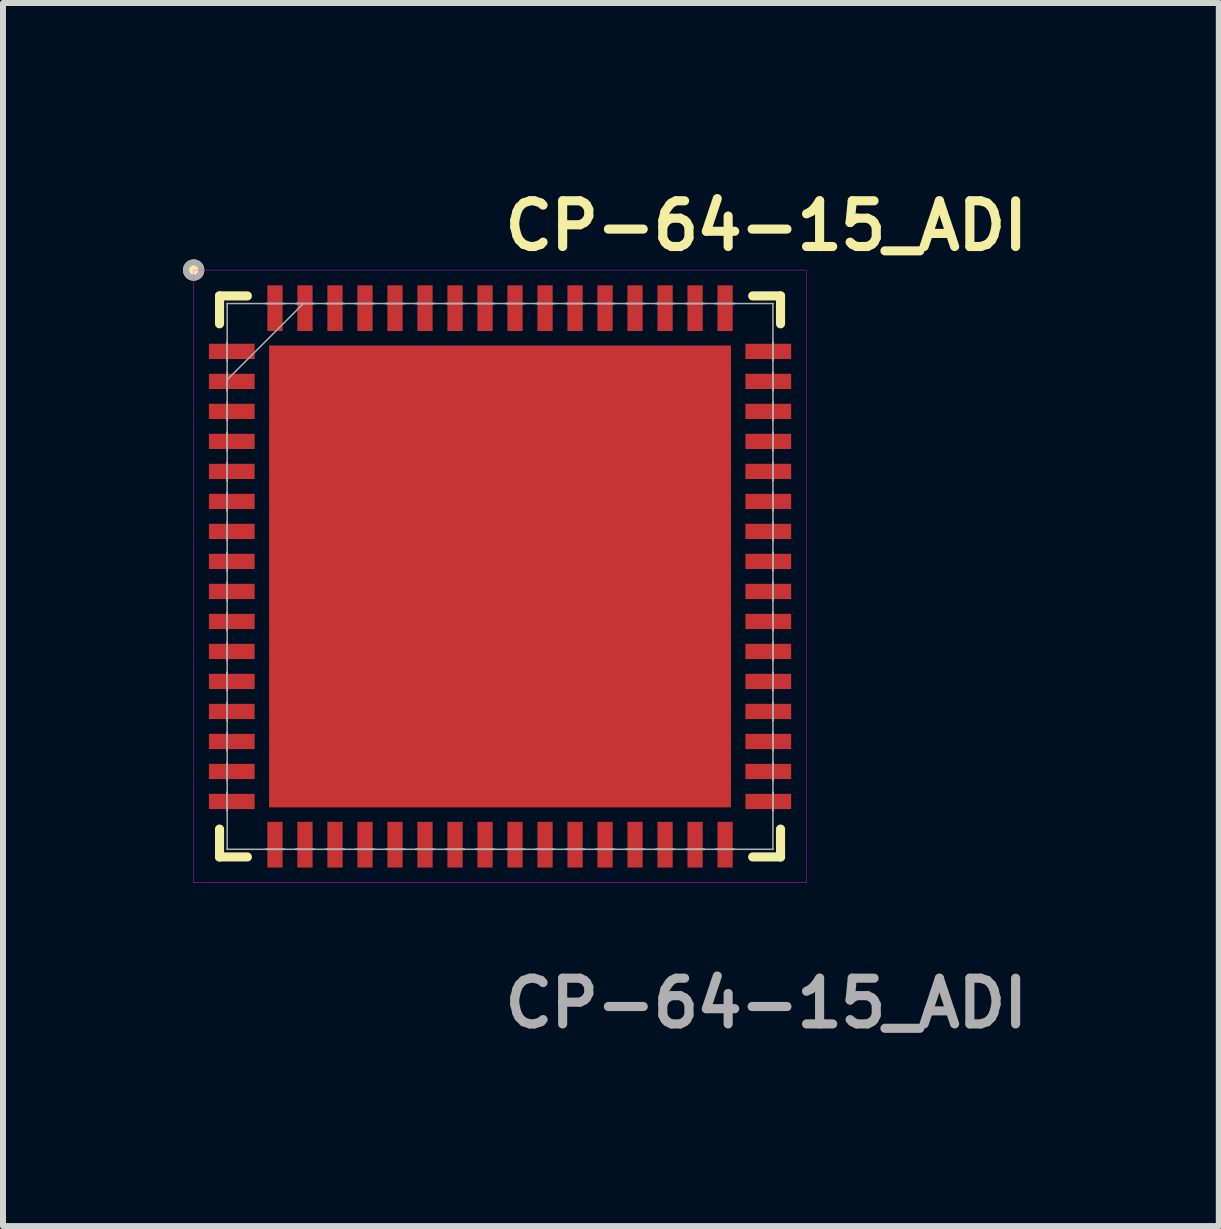
<source format=kicad_pcb>
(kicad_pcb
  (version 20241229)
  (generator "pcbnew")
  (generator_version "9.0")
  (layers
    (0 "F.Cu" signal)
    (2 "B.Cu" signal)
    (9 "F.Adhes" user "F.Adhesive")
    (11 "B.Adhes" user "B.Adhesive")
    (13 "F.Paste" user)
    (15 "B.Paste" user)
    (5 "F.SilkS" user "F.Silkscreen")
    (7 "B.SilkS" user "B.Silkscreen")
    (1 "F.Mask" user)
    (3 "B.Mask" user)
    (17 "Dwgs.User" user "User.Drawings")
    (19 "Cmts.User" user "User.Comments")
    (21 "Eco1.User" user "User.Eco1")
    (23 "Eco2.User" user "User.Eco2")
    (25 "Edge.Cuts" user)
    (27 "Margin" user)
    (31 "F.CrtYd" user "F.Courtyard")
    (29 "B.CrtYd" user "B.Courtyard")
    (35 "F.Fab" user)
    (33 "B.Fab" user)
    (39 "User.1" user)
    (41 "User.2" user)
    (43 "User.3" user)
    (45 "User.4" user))
  (footprint "CP-64-15_ADI"
    (layer "F.Cu")
    (at 5.282 6.555)
    (property "Reference" "CP-64-15_ADI" (at 0 -5.842 0) (unlocked yes) (layer "F.SilkS") (effects (font (size 0.762 0.762) (thickness 0.152) (bold yes)) (justify left)))
    (attr smd)
    (fp_line (start -4.674 -4.674) (end -4.674 -4.21) (stroke (width 0.152) (type solid)) (layer "F.SilkS"))
    (fp_line (start -4.674 4.21) (end -4.674 4.674) (stroke (width 0.152) (type solid)) (layer "F.SilkS"))
    (fp_line (start -4.674 4.674) (end -4.21 4.674) (stroke (width 0.152) (type solid)) (layer "F.SilkS"))
    (fp_line (start -4.21 -4.674) (end -4.674 -4.674) (stroke (width 0.152) (type solid)) (layer "F.SilkS"))
    (fp_line (start 4.21 4.674) (end 4.674 4.674) (stroke (width 0.152) (type solid)) (layer "F.SilkS"))
    (fp_line (start 4.674 -4.674) (end 4.21 -4.674) (stroke (width 0.152) (type solid)) (layer "F.SilkS"))
    (fp_line (start 4.674 -4.21) (end 4.674 -4.674) (stroke (width 0.152) (type solid)) (layer "F.SilkS"))
    (fp_line (start 4.674 4.674) (end 4.674 4.21) (stroke (width 0.152) (type solid)) (layer "F.SilkS"))
    (fp_circle (center -5.105 -5.105) (end -4.978 -5.105) (stroke (width 0.1) (type solid)) (fill yes) (layer "F.SilkS"))
    (fp_poly (pts (xy -3.748 -3.748) (xy -3.748 -2.665) (xy -2.665 -2.665) (xy -2.665 -3.748)) (stroke (width 0) (type solid)) (fill yes) (layer "F.Paste"))
    (fp_poly (pts (xy -3.748 -2.465) (xy -3.748 -1.383) (xy -2.665 -1.383) (xy -2.665 -2.465)) (stroke (width 0) (type solid)) (fill yes) (layer "F.Paste"))
    (fp_poly (pts (xy -3.748 -1.183) (xy -3.748 -0.1) (xy -2.665 -0.1) (xy -2.665 -1.183)) (stroke (width 0) (type solid)) (fill yes) (layer "F.Paste"))
    (fp_poly (pts (xy -3.748 0.1) (xy -3.748 1.183) (xy -2.665 1.183) (xy -2.665 0.1)) (stroke (width 0) (type solid)) (fill yes) (layer "F.Paste"))
    (fp_poly (pts (xy -3.748 1.383) (xy -3.748 2.465) (xy -2.665 2.465) (xy -2.665 1.383)) (stroke (width 0) (type solid)) (fill yes) (layer "F.Paste"))
    (fp_poly (pts (xy -3.748 2.665) (xy -3.748 3.748) (xy -2.665 3.748) (xy -2.665 2.665)) (stroke (width 0) (type solid)) (fill yes) (layer "F.Paste"))
    (fp_poly (pts (xy -2.465 -3.748) (xy -2.465 -2.665) (xy -1.383 -2.665) (xy -1.383 -3.748)) (stroke (width 0) (type solid)) (fill yes) (layer "F.Paste"))
    (fp_poly (pts (xy -2.465 -2.465) (xy -2.465 -1.383) (xy -1.383 -1.383) (xy -1.383 -2.465)) (stroke (width 0) (type solid)) (fill yes) (layer "F.Paste"))
    (fp_poly (pts (xy -2.465 -1.183) (xy -2.465 -0.1) (xy -1.383 -0.1) (xy -1.383 -1.183)) (stroke (width 0) (type solid)) (fill yes) (layer "F.Paste"))
    (fp_poly (pts (xy -2.465 0.1) (xy -2.465 1.183) (xy -1.383 1.183) (xy -1.383 0.1)) (stroke (width 0) (type solid)) (fill yes) (layer "F.Paste"))
    (fp_poly (pts (xy -2.465 1.383) (xy -2.465 2.465) (xy -1.383 2.465) (xy -1.383 1.383)) (stroke (width 0) (type solid)) (fill yes) (layer "F.Paste"))
    (fp_poly (pts (xy -2.465 2.665) (xy -2.465 3.748) (xy -1.383 3.748) (xy -1.383 2.665)) (stroke (width 0) (type solid)) (fill yes) (layer "F.Paste"))
    (fp_poly (pts (xy -1.183 -3.748) (xy -1.183 -2.665) (xy -0.1 -2.665) (xy -0.1 -3.748)) (stroke (width 0) (type solid)) (fill yes) (layer "F.Paste"))
    (fp_poly (pts (xy -1.183 -2.465) (xy -1.183 -1.383) (xy -0.1 -1.383) (xy -0.1 -2.465)) (stroke (width 0) (type solid)) (fill yes) (layer "F.Paste"))
    (fp_poly (pts (xy -1.183 -1.183) (xy -1.183 -0.1) (xy -0.1 -0.1) (xy -0.1 -1.183)) (stroke (width 0) (type solid)) (fill yes) (layer "F.Paste"))
    (fp_poly (pts (xy -1.183 0.1) (xy -1.183 1.183) (xy -0.1 1.183) (xy -0.1 0.1)) (stroke (width 0) (type solid)) (fill yes) (layer "F.Paste"))
    (fp_poly (pts (xy -1.183 1.383) (xy -1.183 2.465) (xy -0.1 2.465) (xy -0.1 1.383)) (stroke (width 0) (type solid)) (fill yes) (layer "F.Paste"))
    (fp_poly (pts (xy -1.183 2.665) (xy -1.183 3.748) (xy -0.1 3.748) (xy -0.1 2.665)) (stroke (width 0) (type solid)) (fill yes) (layer "F.Paste"))
    (fp_poly (pts (xy 0.1 -3.748) (xy 0.1 -2.665) (xy 1.183 -2.665) (xy 1.183 -3.748)) (stroke (width 0) (type solid)) (fill yes) (layer "F.Paste"))
    (fp_poly (pts (xy 0.1 -2.465) (xy 0.1 -1.383) (xy 1.183 -1.383) (xy 1.183 -2.465)) (stroke (width 0) (type solid)) (fill yes) (layer "F.Paste"))
    (fp_poly (pts (xy 0.1 -1.183) (xy 0.1 -0.1) (xy 1.183 -0.1) (xy 1.183 -1.183)) (stroke (width 0) (type solid)) (fill yes) (layer "F.Paste"))
    (fp_poly (pts (xy 0.1 0.1) (xy 0.1 1.183) (xy 1.183 1.183) (xy 1.183 0.1)) (stroke (width 0) (type solid)) (fill yes) (layer "F.Paste"))
    (fp_poly (pts (xy 0.1 1.383) (xy 0.1 2.465) (xy 1.183 2.465) (xy 1.183 1.383)) (stroke (width 0) (type solid)) (fill yes) (layer "F.Paste"))
    (fp_poly (pts (xy 0.1 2.665) (xy 0.1 3.748) (xy 1.183 3.748) (xy 1.183 2.665)) (stroke (width 0) (type solid)) (fill yes) (layer "F.Paste"))
    (fp_poly (pts (xy 1.383 -3.748) (xy 1.383 -2.665) (xy 2.465 -2.665) (xy 2.465 -3.748)) (stroke (width 0) (type solid)) (fill yes) (layer "F.Paste"))
    (fp_poly (pts (xy 1.383 -2.465) (xy 1.383 -1.383) (xy 2.465 -1.383) (xy 2.465 -2.465)) (stroke (width 0) (type solid)) (fill yes) (layer "F.Paste"))
    (fp_poly (pts (xy 1.383 -1.183) (xy 1.383 -0.1) (xy 2.465 -0.1) (xy 2.465 -1.183)) (stroke (width 0) (type solid)) (fill yes) (layer "F.Paste"))
    (fp_poly (pts (xy 1.383 0.1) (xy 1.383 1.183) (xy 2.465 1.183) (xy 2.465 0.1)) (stroke (width 0) (type solid)) (fill yes) (layer "F.Paste"))
    (fp_poly (pts (xy 1.383 1.383) (xy 1.383 2.465) (xy 2.465 2.465) (xy 2.465 1.383)) (stroke (width 0) (type solid)) (fill yes) (layer "F.Paste"))
    (fp_poly (pts (xy 1.383 2.665) (xy 1.383 3.748) (xy 2.465 3.748) (xy 2.465 2.665)) (stroke (width 0) (type solid)) (fill yes) (layer "F.Paste"))
    (fp_poly (pts (xy 2.665 -3.748) (xy 2.665 -2.665) (xy 3.748 -2.665) (xy 3.748 -3.748)) (stroke (width 0) (type solid)) (fill yes) (layer "F.Paste"))
    (fp_poly (pts (xy 2.665 -2.465) (xy 2.665 -1.383) (xy 3.748 -1.383) (xy 3.748 -2.465)) (stroke (width 0) (type solid)) (fill yes) (layer "F.Paste"))
    (fp_poly (pts (xy 2.665 -1.183) (xy 2.665 -0.1) (xy 3.748 -0.1) (xy 3.748 -1.183)) (stroke (width 0) (type solid)) (fill yes) (layer "F.Paste"))
    (fp_poly (pts (xy 2.665 0.1) (xy 2.665 1.183) (xy 3.748 1.183) (xy 3.748 0.1)) (stroke (width 0) (type solid)) (fill yes) (layer "F.Paste"))
    (fp_poly (pts (xy 2.665 1.383) (xy 2.665 2.465) (xy 3.748 2.465) (xy 3.748 1.383)) (stroke (width 0) (type solid)) (fill yes) (layer "F.Paste"))
    (fp_poly (pts (xy 2.665 2.665) (xy 2.665 3.748) (xy 3.748 3.748) (xy 3.748 2.665)) (stroke (width 0) (type solid)) (fill yes) (layer "F.Paste"))
    (fp_rect (start -5.105 -5.105) (end 5.105 5.105) (stroke (width 0.006) (type default)) (fill no) (layer "F.CrtYd"))
    (fp_line (start -4.547 -4.547) (end -4.547 -4.547) (stroke (width 0.025) (type solid)) (layer "F.Fab"))
    (fp_line (start -4.547 -4.547) (end -4.547 4.547) (stroke (width 0.025) (type solid)) (layer "F.Fab"))
    (fp_line (start -4.547 -3.902) (end -4.547 -3.902) (stroke (width 0.025) (type solid)) (layer "F.Fab"))
    (fp_line (start -4.547 -3.902) (end -4.547 -3.598) (stroke (width 0.025) (type solid)) (layer "F.Fab"))
    (fp_line (start -4.547 -3.598) (end -4.547 -3.902) (stroke (width 0.025) (type solid)) (layer "F.Fab"))
    (fp_line (start -4.547 -3.598) (end -4.547 -3.598) (stroke (width 0.025) (type solid)) (layer "F.Fab"))
    (fp_line (start -4.547 -3.402) (end -4.547 -3.402) (stroke (width 0.025) (type solid)) (layer "F.Fab"))
    (fp_line (start -4.547 -3.402) (end -4.547 -3.098) (stroke (width 0.025) (type solid)) (layer "F.Fab"))
    (fp_line (start -4.547 -3.277) (end -3.277 -4.547) (stroke (width 0.025) (type solid)) (layer "F.Fab"))
    (fp_line (start -4.547 -3.098) (end -4.547 -3.402) (stroke (width 0.025) (type solid)) (layer "F.Fab"))
    (fp_line (start -4.547 -3.098) (end -4.547 -3.098) (stroke (width 0.025) (type solid)) (layer "F.Fab"))
    (fp_line (start -4.547 -2.902) (end -4.547 -2.902) (stroke (width 0.025) (type solid)) (layer "F.Fab"))
    (fp_line (start -4.547 -2.902) (end -4.547 -2.598) (stroke (width 0.025) (type solid)) (layer "F.Fab"))
    (fp_line (start -4.547 -2.598) (end -4.547 -2.902) (stroke (width 0.025) (type solid)) (layer "F.Fab"))
    (fp_line (start -4.547 -2.598) (end -4.547 -2.598) (stroke (width 0.025) (type solid)) (layer "F.Fab"))
    (fp_line (start -4.547 -2.402) (end -4.547 -2.402) (stroke (width 0.025) (type solid)) (layer "F.Fab"))
    (fp_line (start -4.547 -2.402) (end -4.547 -2.098) (stroke (width 0.025) (type solid)) (layer "F.Fab"))
    (fp_line (start -4.547 -2.098) (end -4.547 -2.402) (stroke (width 0.025) (type solid)) (layer "F.Fab"))
    (fp_line (start -4.547 -2.098) (end -4.547 -2.098) (stroke (width 0.025) (type solid)) (layer "F.Fab"))
    (fp_line (start -4.547 -1.902) (end -4.547 -1.902) (stroke (width 0.025) (type solid)) (layer "F.Fab"))
    (fp_line (start -4.547 -1.902) (end -4.547 -1.598) (stroke (width 0.025) (type solid)) (layer "F.Fab"))
    (fp_line (start -4.547 -1.598) (end -4.547 -1.902) (stroke (width 0.025) (type solid)) (layer "F.Fab"))
    (fp_line (start -4.547 -1.598) (end -4.547 -1.598) (stroke (width 0.025) (type solid)) (layer "F.Fab"))
    (fp_line (start -4.547 -1.402) (end -4.547 -1.402) (stroke (width 0.025) (type solid)) (layer "F.Fab"))
    (fp_line (start -4.547 -1.402) (end -4.547 -1.098) (stroke (width 0.025) (type solid)) (layer "F.Fab"))
    (fp_line (start -4.547 -1.098) (end -4.547 -1.402) (stroke (width 0.025) (type solid)) (layer "F.Fab"))
    (fp_line (start -4.547 -1.098) (end -4.547 -1.098) (stroke (width 0.025) (type solid)) (layer "F.Fab"))
    (fp_line (start -4.547 -0.902) (end -4.547 -0.902) (stroke (width 0.025) (type solid)) (layer "F.Fab"))
    (fp_line (start -4.547 -0.902) (end -4.547 -0.598) (stroke (width 0.025) (type solid)) (layer "F.Fab"))
    (fp_line (start -4.547 -0.598) (end -4.547 -0.902) (stroke (width 0.025) (type solid)) (layer "F.Fab"))
    (fp_line (start -4.547 -0.598) (end -4.547 -0.598) (stroke (width 0.025) (type solid)) (layer "F.Fab"))
    (fp_line (start -4.547 -0.402) (end -4.547 -0.402) (stroke (width 0.025) (type solid)) (layer "F.Fab"))
    (fp_line (start -4.547 -0.402) (end -4.547 -0.098) (stroke (width 0.025) (type solid)) (layer "F.Fab"))
    (fp_line (start -4.547 -0.098) (end -4.547 -0.402) (stroke (width 0.025) (type solid)) (layer "F.Fab"))
    (fp_line (start -4.547 -0.098) (end -4.547 -0.098) (stroke (width 0.025) (type solid)) (layer "F.Fab"))
    (fp_line (start -4.547 0.098) (end -4.547 0.098) (stroke (width 0.025) (type solid)) (layer "F.Fab"))
    (fp_line (start -4.547 0.098) (end -4.547 0.402) (stroke (width 0.025) (type solid)) (layer "F.Fab"))
    (fp_line (start -4.547 0.402) (end -4.547 0.098) (stroke (width 0.025) (type solid)) (layer "F.Fab"))
    (fp_line (start -4.547 0.402) (end -4.547 0.402) (stroke (width 0.025) (type solid)) (layer "F.Fab"))
    (fp_line (start -4.547 0.598) (end -4.547 0.598) (stroke (width 0.025) (type solid)) (layer "F.Fab"))
    (fp_line (start -4.547 0.598) (end -4.547 0.902) (stroke (width 0.025) (type solid)) (layer "F.Fab"))
    (fp_line (start -4.547 0.902) (end -4.547 0.598) (stroke (width 0.025) (type solid)) (layer "F.Fab"))
    (fp_line (start -4.547 0.902) (end -4.547 0.902) (stroke (width 0.025) (type solid)) (layer "F.Fab"))
    (fp_line (start -4.547 1.098) (end -4.547 1.098) (stroke (width 0.025) (type solid)) (layer "F.Fab"))
    (fp_line (start -4.547 1.098) (end -4.547 1.402) (stroke (width 0.025) (type solid)) (layer "F.Fab"))
    (fp_line (start -4.547 1.402) (end -4.547 1.098) (stroke (width 0.025) (type solid)) (layer "F.Fab"))
    (fp_line (start -4.547 1.402) (end -4.547 1.402) (stroke (width 0.025) (type solid)) (layer "F.Fab"))
    (fp_line (start -4.547 1.598) (end -4.547 1.598) (stroke (width 0.025) (type solid)) (layer "F.Fab"))
    (fp_line (start -4.547 1.598) (end -4.547 1.902) (stroke (width 0.025) (type solid)) (layer "F.Fab"))
    (fp_line (start -4.547 1.902) (end -4.547 1.598) (stroke (width 0.025) (type solid)) (layer "F.Fab"))
    (fp_line (start -4.547 1.902) (end -4.547 1.902) (stroke (width 0.025) (type solid)) (layer "F.Fab"))
    (fp_line (start -4.547 2.098) (end -4.547 2.098) (stroke (width 0.025) (type solid)) (layer "F.Fab"))
    (fp_line (start -4.547 2.098) (end -4.547 2.402) (stroke (width 0.025) (type solid)) (layer "F.Fab"))
    (fp_line (start -4.547 2.402) (end -4.547 2.098) (stroke (width 0.025) (type solid)) (layer "F.Fab"))
    (fp_line (start -4.547 2.402) (end -4.547 2.402) (stroke (width 0.025) (type solid)) (layer "F.Fab"))
    (fp_line (start -4.547 2.598) (end -4.547 2.598) (stroke (width 0.025) (type solid)) (layer "F.Fab"))
    (fp_line (start -4.547 2.598) (end -4.547 2.902) (stroke (width 0.025) (type solid)) (layer "F.Fab"))
    (fp_line (start -4.547 2.902) (end -4.547 2.598) (stroke (width 0.025) (type solid)) (layer "F.Fab"))
    (fp_line (start -4.547 2.902) (end -4.547 2.902) (stroke (width 0.025) (type solid)) (layer "F.Fab"))
    (fp_line (start -4.547 3.098) (end -4.547 3.098) (stroke (width 0.025) (type solid)) (layer "F.Fab"))
    (fp_line (start -4.547 3.098) (end -4.547 3.402) (stroke (width 0.025) (type solid)) (layer "F.Fab"))
    (fp_line (start -4.547 3.402) (end -4.547 3.098) (stroke (width 0.025) (type solid)) (layer "F.Fab"))
    (fp_line (start -4.547 3.402) (end -4.547 3.402) (stroke (width 0.025) (type solid)) (layer "F.Fab"))
    (fp_line (start -4.547 3.598) (end -4.547 3.598) (stroke (width 0.025) (type solid)) (layer "F.Fab"))
    (fp_line (start -4.547 3.598) (end -4.547 3.902) (stroke (width 0.025) (type solid)) (layer "F.Fab"))
    (fp_line (start -4.547 3.902) (end -4.547 3.598) (stroke (width 0.025) (type solid)) (layer "F.Fab"))
    (fp_line (start -4.547 3.902) (end -4.547 3.902) (stroke (width 0.025) (type solid)) (layer "F.Fab"))
    (fp_line (start -4.547 4.547) (end -4.547 4.547) (stroke (width 0.025) (type solid)) (layer "F.Fab"))
    (fp_line (start -4.547 4.547) (end 4.547 4.547) (stroke (width 0.025) (type solid)) (layer "F.Fab"))
    (fp_line (start -3.902 -4.547) (end -3.902 -4.547) (stroke (width 0.025) (type solid)) (layer "F.Fab"))
    (fp_line (start -3.902 -4.547) (end -3.598 -4.547) (stroke (width 0.025) (type solid)) (layer "F.Fab"))
    (fp_line (start -3.902 4.547) (end -3.902 4.547) (stroke (width 0.025) (type solid)) (layer "F.Fab"))
    (fp_line (start -3.902 4.547) (end -3.598 4.547) (stroke (width 0.025) (type solid)) (layer "F.Fab"))
    (fp_line (start -3.598 -4.547) (end -3.902 -4.547) (stroke (width 0.025) (type solid)) (layer "F.Fab"))
    (fp_line (start -3.598 -4.547) (end -3.598 -4.547) (stroke (width 0.025) (type solid)) (layer "F.Fab"))
    (fp_line (start -3.598 4.547) (end -3.902 4.547) (stroke (width 0.025) (type solid)) (layer "F.Fab"))
    (fp_line (start -3.598 4.547) (end -3.598 4.547) (stroke (width 0.025) (type solid)) (layer "F.Fab"))
    (fp_line (start -3.402 -4.547) (end -3.402 -4.547) (stroke (width 0.025) (type solid)) (layer "F.Fab"))
    (fp_line (start -3.402 -4.547) (end -3.098 -4.547) (stroke (width 0.025) (type solid)) (layer "F.Fab"))
    (fp_line (start -3.402 4.547) (end -3.402 4.547) (stroke (width 0.025) (type solid)) (layer "F.Fab"))
    (fp_line (start -3.402 4.547) (end -3.098 4.547) (stroke (width 0.025) (type solid)) (layer "F.Fab"))
    (fp_line (start -3.098 -4.547) (end -3.402 -4.547) (stroke (width 0.025) (type solid)) (layer "F.Fab"))
    (fp_line (start -3.098 -4.547) (end -3.098 -4.547) (stroke (width 0.025) (type solid)) (layer "F.Fab"))
    (fp_line (start -3.098 4.547) (end -3.402 4.547) (stroke (width 0.025) (type solid)) (layer "F.Fab"))
    (fp_line (start -3.098 4.547) (end -3.098 4.547) (stroke (width 0.025) (type solid)) (layer "F.Fab"))
    (fp_line (start -2.902 -4.547) (end -2.902 -4.547) (stroke (width 0.025) (type solid)) (layer "F.Fab"))
    (fp_line (start -2.902 -4.547) (end -2.598 -4.547) (stroke (width 0.025) (type solid)) (layer "F.Fab"))
    (fp_line (start -2.902 4.547) (end -2.902 4.547) (stroke (width 0.025) (type solid)) (layer "F.Fab"))
    (fp_line (start -2.902 4.547) (end -2.598 4.547) (stroke (width 0.025) (type solid)) (layer "F.Fab"))
    (fp_line (start -2.598 -4.547) (end -2.902 -4.547) (stroke (width 0.025) (type solid)) (layer "F.Fab"))
    (fp_line (start -2.598 -4.547) (end -2.598 -4.547) (stroke (width 0.025) (type solid)) (layer "F.Fab"))
    (fp_line (start -2.598 4.547) (end -2.902 4.547) (stroke (width 0.025) (type solid)) (layer "F.Fab"))
    (fp_line (start -2.598 4.547) (end -2.598 4.547) (stroke (width 0.025) (type solid)) (layer "F.Fab"))
    (fp_line (start -2.402 -4.547) (end -2.402 -4.547) (stroke (width 0.025) (type solid)) (layer "F.Fab"))
    (fp_line (start -2.402 -4.547) (end -2.098 -4.547) (stroke (width 0.025) (type solid)) (layer "F.Fab"))
    (fp_line (start -2.402 4.547) (end -2.402 4.547) (stroke (width 0.025) (type solid)) (layer "F.Fab"))
    (fp_line (start -2.402 4.547) (end -2.098 4.547) (stroke (width 0.025) (type solid)) (layer "F.Fab"))
    (fp_line (start -2.098 -4.547) (end -2.402 -4.547) (stroke (width 0.025) (type solid)) (layer "F.Fab"))
    (fp_line (start -2.098 -4.547) (end -2.098 -4.547) (stroke (width 0.025) (type solid)) (layer "F.Fab"))
    (fp_line (start -2.098 4.547) (end -2.402 4.547) (stroke (width 0.025) (type solid)) (layer "F.Fab"))
    (fp_line (start -2.098 4.547) (end -2.098 4.547) (stroke (width 0.025) (type solid)) (layer "F.Fab"))
    (fp_line (start -1.902 -4.547) (end -1.902 -4.547) (stroke (width 0.025) (type solid)) (layer "F.Fab"))
    (fp_line (start -1.902 -4.547) (end -1.598 -4.547) (stroke (width 0.025) (type solid)) (layer "F.Fab"))
    (fp_line (start -1.902 4.547) (end -1.902 4.547) (stroke (width 0.025) (type solid)) (layer "F.Fab"))
    (fp_line (start -1.902 4.547) (end -1.598 4.547) (stroke (width 0.025) (type solid)) (layer "F.Fab"))
    (fp_line (start -1.598 -4.547) (end -1.902 -4.547) (stroke (width 0.025) (type solid)) (layer "F.Fab"))
    (fp_line (start -1.598 -4.547) (end -1.598 -4.547) (stroke (width 0.025) (type solid)) (layer "F.Fab"))
    (fp_line (start -1.598 4.547) (end -1.902 4.547) (stroke (width 0.025) (type solid)) (layer "F.Fab"))
    (fp_line (start -1.598 4.547) (end -1.598 4.547) (stroke (width 0.025) (type solid)) (layer "F.Fab"))
    (fp_line (start -1.402 -4.547) (end -1.402 -4.547) (stroke (width 0.025) (type solid)) (layer "F.Fab"))
    (fp_line (start -1.402 -4.547) (end -1.098 -4.547) (stroke (width 0.025) (type solid)) (layer "F.Fab"))
    (fp_line (start -1.402 4.547) (end -1.402 4.547) (stroke (width 0.025) (type solid)) (layer "F.Fab"))
    (fp_line (start -1.402 4.547) (end -1.098 4.547) (stroke (width 0.025) (type solid)) (layer "F.Fab"))
    (fp_line (start -1.098 -4.547) (end -1.402 -4.547) (stroke (width 0.025) (type solid)) (layer "F.Fab"))
    (fp_line (start -1.098 -4.547) (end -1.098 -4.547) (stroke (width 0.025) (type solid)) (layer "F.Fab"))
    (fp_line (start -1.098 4.547) (end -1.402 4.547) (stroke (width 0.025) (type solid)) (layer "F.Fab"))
    (fp_line (start -1.098 4.547) (end -1.098 4.547) (stroke (width 0.025) (type solid)) (layer "F.Fab"))
    (fp_line (start -0.902 -4.547) (end -0.902 -4.547) (stroke (width 0.025) (type solid)) (layer "F.Fab"))
    (fp_line (start -0.902 -4.547) (end -0.598 -4.547) (stroke (width 0.025) (type solid)) (layer "F.Fab"))
    (fp_line (start -0.902 4.547) (end -0.902 4.547) (stroke (width 0.025) (type solid)) (layer "F.Fab"))
    (fp_line (start -0.902 4.547) (end -0.598 4.547) (stroke (width 0.025) (type solid)) (layer "F.Fab"))
    (fp_line (start -0.598 -4.547) (end -0.902 -4.547) (stroke (width 0.025) (type solid)) (layer "F.Fab"))
    (fp_line (start -0.598 -4.547) (end -0.598 -4.547) (stroke (width 0.025) (type solid)) (layer "F.Fab"))
    (fp_line (start -0.598 4.547) (end -0.902 4.547) (stroke (width 0.025) (type solid)) (layer "F.Fab"))
    (fp_line (start -0.598 4.547) (end -0.598 4.547) (stroke (width 0.025) (type solid)) (layer "F.Fab"))
    (fp_line (start -0.402 -4.547) (end -0.402 -4.547) (stroke (width 0.025) (type solid)) (layer "F.Fab"))
    (fp_line (start -0.402 -4.547) (end -0.098 -4.547) (stroke (width 0.025) (type solid)) (layer "F.Fab"))
    (fp_line (start -0.402 4.547) (end -0.402 4.547) (stroke (width 0.025) (type solid)) (layer "F.Fab"))
    (fp_line (start -0.402 4.547) (end -0.098 4.547) (stroke (width 0.025) (type solid)) (layer "F.Fab"))
    (fp_line (start -0.098 -4.547) (end -0.402 -4.547) (stroke (width 0.025) (type solid)) (layer "F.Fab"))
    (fp_line (start -0.098 -4.547) (end -0.098 -4.547) (stroke (width 0.025) (type solid)) (layer "F.Fab"))
    (fp_line (start -0.098 4.547) (end -0.402 4.547) (stroke (width 0.025) (type solid)) (layer "F.Fab"))
    (fp_line (start -0.098 4.547) (end -0.098 4.547) (stroke (width 0.025) (type solid)) (layer "F.Fab"))
    (fp_line (start 0.098 -4.547) (end 0.098 -4.547) (stroke (width 0.025) (type solid)) (layer "F.Fab"))
    (fp_line (start 0.098 -4.547) (end 0.402 -4.547) (stroke (width 0.025) (type solid)) (layer "F.Fab"))
    (fp_line (start 0.098 4.547) (end 0.098 4.547) (stroke (width 0.025) (type solid)) (layer "F.Fab"))
    (fp_line (start 0.098 4.547) (end 0.402 4.547) (stroke (width 0.025) (type solid)) (layer "F.Fab"))
    (fp_line (start 0.402 -4.547) (end 0.098 -4.547) (stroke (width 0.025) (type solid)) (layer "F.Fab"))
    (fp_line (start 0.402 -4.547) (end 0.402 -4.547) (stroke (width 0.025) (type solid)) (layer "F.Fab"))
    (fp_line (start 0.402 4.547) (end 0.098 4.547) (stroke (width 0.025) (type solid)) (layer "F.Fab"))
    (fp_line (start 0.402 4.547) (end 0.402 4.547) (stroke (width 0.025) (type solid)) (layer "F.Fab"))
    (fp_line (start 0.598 -4.547) (end 0.598 -4.547) (stroke (width 0.025) (type solid)) (layer "F.Fab"))
    (fp_line (start 0.598 -4.547) (end 0.902 -4.547) (stroke (width 0.025) (type solid)) (layer "F.Fab"))
    (fp_line (start 0.598 4.547) (end 0.598 4.547) (stroke (width 0.025) (type solid)) (layer "F.Fab"))
    (fp_line (start 0.598 4.547) (end 0.902 4.547) (stroke (width 0.025) (type solid)) (layer "F.Fab"))
    (fp_line (start 0.902 -4.547) (end 0.598 -4.547) (stroke (width 0.025) (type solid)) (layer "F.Fab"))
    (fp_line (start 0.902 -4.547) (end 0.902 -4.547) (stroke (width 0.025) (type solid)) (layer "F.Fab"))
    (fp_line (start 0.902 4.547) (end 0.598 4.547) (stroke (width 0.025) (type solid)) (layer "F.Fab"))
    (fp_line (start 0.902 4.547) (end 0.902 4.547) (stroke (width 0.025) (type solid)) (layer "F.Fab"))
    (fp_line (start 1.098 -4.547) (end 1.098 -4.547) (stroke (width 0.025) (type solid)) (layer "F.Fab"))
    (fp_line (start 1.098 -4.547) (end 1.402 -4.547) (stroke (width 0.025) (type solid)) (layer "F.Fab"))
    (fp_line (start 1.098 4.547) (end 1.098 4.547) (stroke (width 0.025) (type solid)) (layer "F.Fab"))
    (fp_line (start 1.098 4.547) (end 1.402 4.547) (stroke (width 0.025) (type solid)) (layer "F.Fab"))
    (fp_line (start 1.402 -4.547) (end 1.098 -4.547) (stroke (width 0.025) (type solid)) (layer "F.Fab"))
    (fp_line (start 1.402 -4.547) (end 1.402 -4.547) (stroke (width 0.025) (type solid)) (layer "F.Fab"))
    (fp_line (start 1.402 4.547) (end 1.098 4.547) (stroke (width 0.025) (type solid)) (layer "F.Fab"))
    (fp_line (start 1.402 4.547) (end 1.402 4.547) (stroke (width 0.025) (type solid)) (layer "F.Fab"))
    (fp_line (start 1.598 -4.547) (end 1.598 -4.547) (stroke (width 0.025) (type solid)) (layer "F.Fab"))
    (fp_line (start 1.598 -4.547) (end 1.902 -4.547) (stroke (width 0.025) (type solid)) (layer "F.Fab"))
    (fp_line (start 1.598 4.547) (end 1.598 4.547) (stroke (width 0.025) (type solid)) (layer "F.Fab"))
    (fp_line (start 1.598 4.547) (end 1.902 4.547) (stroke (width 0.025) (type solid)) (layer "F.Fab"))
    (fp_line (start 1.902 -4.547) (end 1.598 -4.547) (stroke (width 0.025) (type solid)) (layer "F.Fab"))
    (fp_line (start 1.902 -4.547) (end 1.902 -4.547) (stroke (width 0.025) (type solid)) (layer "F.Fab"))
    (fp_line (start 1.902 4.547) (end 1.598 4.547) (stroke (width 0.025) (type solid)) (layer "F.Fab"))
    (fp_line (start 1.902 4.547) (end 1.902 4.547) (stroke (width 0.025) (type solid)) (layer "F.Fab"))
    (fp_line (start 2.098 -4.547) (end 2.098 -4.547) (stroke (width 0.025) (type solid)) (layer "F.Fab"))
    (fp_line (start 2.098 -4.547) (end 2.402 -4.547) (stroke (width 0.025) (type solid)) (layer "F.Fab"))
    (fp_line (start 2.098 4.547) (end 2.098 4.547) (stroke (width 0.025) (type solid)) (layer "F.Fab"))
    (fp_line (start 2.098 4.547) (end 2.402 4.547) (stroke (width 0.025) (type solid)) (layer "F.Fab"))
    (fp_line (start 2.402 -4.547) (end 2.098 -4.547) (stroke (width 0.025) (type solid)) (layer "F.Fab"))
    (fp_line (start 2.402 -4.547) (end 2.402 -4.547) (stroke (width 0.025) (type solid)) (layer "F.Fab"))
    (fp_line (start 2.402 4.547) (end 2.098 4.547) (stroke (width 0.025) (type solid)) (layer "F.Fab"))
    (fp_line (start 2.402 4.547) (end 2.402 4.547) (stroke (width 0.025) (type solid)) (layer "F.Fab"))
    (fp_line (start 2.598 -4.547) (end 2.598 -4.547) (stroke (width 0.025) (type solid)) (layer "F.Fab"))
    (fp_line (start 2.598 -4.547) (end 2.902 -4.547) (stroke (width 0.025) (type solid)) (layer "F.Fab"))
    (fp_line (start 2.598 4.547) (end 2.598 4.547) (stroke (width 0.025) (type solid)) (layer "F.Fab"))
    (fp_line (start 2.598 4.547) (end 2.902 4.547) (stroke (width 0.025) (type solid)) (layer "F.Fab"))
    (fp_line (start 2.902 -4.547) (end 2.598 -4.547) (stroke (width 0.025) (type solid)) (layer "F.Fab"))
    (fp_line (start 2.902 -4.547) (end 2.902 -4.547) (stroke (width 0.025) (type solid)) (layer "F.Fab"))
    (fp_line (start 2.902 4.547) (end 2.598 4.547) (stroke (width 0.025) (type solid)) (layer "F.Fab"))
    (fp_line (start 2.902 4.547) (end 2.902 4.547) (stroke (width 0.025) (type solid)) (layer "F.Fab"))
    (fp_line (start 3.098 -4.547) (end 3.098 -4.547) (stroke (width 0.025) (type solid)) (layer "F.Fab"))
    (fp_line (start 3.098 -4.547) (end 3.402 -4.547) (stroke (width 0.025) (type solid)) (layer "F.Fab"))
    (fp_line (start 3.098 4.547) (end 3.098 4.547) (stroke (width 0.025) (type solid)) (layer "F.Fab"))
    (fp_line (start 3.098 4.547) (end 3.402 4.547) (stroke (width 0.025) (type solid)) (layer "F.Fab"))
    (fp_line (start 3.402 -4.547) (end 3.098 -4.547) (stroke (width 0.025) (type solid)) (layer "F.Fab"))
    (fp_line (start 3.402 -4.547) (end 3.402 -4.547) (stroke (width 0.025) (type solid)) (layer "F.Fab"))
    (fp_line (start 3.402 4.547) (end 3.098 4.547) (stroke (width 0.025) (type solid)) (layer "F.Fab"))
    (fp_line (start 3.402 4.547) (end 3.402 4.547) (stroke (width 0.025) (type solid)) (layer "F.Fab"))
    (fp_line (start 3.598 -4.547) (end 3.598 -4.547) (stroke (width 0.025) (type solid)) (layer "F.Fab"))
    (fp_line (start 3.598 -4.547) (end 3.902 -4.547) (stroke (width 0.025) (type solid)) (layer "F.Fab"))
    (fp_line (start 3.598 4.547) (end 3.598 4.547) (stroke (width 0.025) (type solid)) (layer "F.Fab"))
    (fp_line (start 3.598 4.547) (end 3.902 4.547) (stroke (width 0.025) (type solid)) (layer "F.Fab"))
    (fp_line (start 3.902 -4.547) (end 3.598 -4.547) (stroke (width 0.025) (type solid)) (layer "F.Fab"))
    (fp_line (start 3.902 -4.547) (end 3.902 -4.547) (stroke (width 0.025) (type solid)) (layer "F.Fab"))
    (fp_line (start 3.902 4.547) (end 3.598 4.547) (stroke (width 0.025) (type solid)) (layer "F.Fab"))
    (fp_line (start 3.902 4.547) (end 3.902 4.547) (stroke (width 0.025) (type solid)) (layer "F.Fab"))
    (fp_line (start 4.547 -4.547) (end -4.547 -4.547) (stroke (width 0.025) (type solid)) (layer "F.Fab"))
    (fp_line (start 4.547 -4.547) (end 4.547 -4.547) (stroke (width 0.025) (type solid)) (layer "F.Fab"))
    (fp_line (start 4.547 -3.902) (end 4.547 -3.902) (stroke (width 0.025) (type solid)) (layer "F.Fab"))
    (fp_line (start 4.547 -3.902) (end 4.547 -3.598) (stroke (width 0.025) (type solid)) (layer "F.Fab"))
    (fp_line (start 4.547 -3.598) (end 4.547 -3.902) (stroke (width 0.025) (type solid)) (layer "F.Fab"))
    (fp_line (start 4.547 -3.598) (end 4.547 -3.598) (stroke (width 0.025) (type solid)) (layer "F.Fab"))
    (fp_line (start 4.547 -3.402) (end 4.547 -3.402) (stroke (width 0.025) (type solid)) (layer "F.Fab"))
    (fp_line (start 4.547 -3.402) (end 4.547 -3.098) (stroke (width 0.025) (type solid)) (layer "F.Fab"))
    (fp_line (start 4.547 -3.098) (end 4.547 -3.402) (stroke (width 0.025) (type solid)) (layer "F.Fab"))
    (fp_line (start 4.547 -3.098) (end 4.547 -3.098) (stroke (width 0.025) (type solid)) (layer "F.Fab"))
    (fp_line (start 4.547 -2.902) (end 4.547 -2.902) (stroke (width 0.025) (type solid)) (layer "F.Fab"))
    (fp_line (start 4.547 -2.902) (end 4.547 -2.598) (stroke (width 0.025) (type solid)) (layer "F.Fab"))
    (fp_line (start 4.547 -2.598) (end 4.547 -2.902) (stroke (width 0.025) (type solid)) (layer "F.Fab"))
    (fp_line (start 4.547 -2.598) (end 4.547 -2.598) (stroke (width 0.025) (type solid)) (layer "F.Fab"))
    (fp_line (start 4.547 -2.402) (end 4.547 -2.402) (stroke (width 0.025) (type solid)) (layer "F.Fab"))
    (fp_line (start 4.547 -2.402) (end 4.547 -2.098) (stroke (width 0.025) (type solid)) (layer "F.Fab"))
    (fp_line (start 4.547 -2.098) (end 4.547 -2.402) (stroke (width 0.025) (type solid)) (layer "F.Fab"))
    (fp_line (start 4.547 -2.098) (end 4.547 -2.098) (stroke (width 0.025) (type solid)) (layer "F.Fab"))
    (fp_line (start 4.547 -1.902) (end 4.547 -1.902) (stroke (width 0.025) (type solid)) (layer "F.Fab"))
    (fp_line (start 4.547 -1.902) (end 4.547 -1.598) (stroke (width 0.025) (type solid)) (layer "F.Fab"))
    (fp_line (start 4.547 -1.598) (end 4.547 -1.902) (stroke (width 0.025) (type solid)) (layer "F.Fab"))
    (fp_line (start 4.547 -1.598) (end 4.547 -1.598) (stroke (width 0.025) (type solid)) (layer "F.Fab"))
    (fp_line (start 4.547 -1.402) (end 4.547 -1.402) (stroke (width 0.025) (type solid)) (layer "F.Fab"))
    (fp_line (start 4.547 -1.402) (end 4.547 -1.098) (stroke (width 0.025) (type solid)) (layer "F.Fab"))
    (fp_line (start 4.547 -1.098) (end 4.547 -1.402) (stroke (width 0.025) (type solid)) (layer "F.Fab"))
    (fp_line (start 4.547 -1.098) (end 4.547 -1.098) (stroke (width 0.025) (type solid)) (layer "F.Fab"))
    (fp_line (start 4.547 -0.902) (end 4.547 -0.902) (stroke (width 0.025) (type solid)) (layer "F.Fab"))
    (fp_line (start 4.547 -0.902) (end 4.547 -0.598) (stroke (width 0.025) (type solid)) (layer "F.Fab"))
    (fp_line (start 4.547 -0.598) (end 4.547 -0.902) (stroke (width 0.025) (type solid)) (layer "F.Fab"))
    (fp_line (start 4.547 -0.598) (end 4.547 -0.598) (stroke (width 0.025) (type solid)) (layer "F.Fab"))
    (fp_line (start 4.547 -0.402) (end 4.547 -0.402) (stroke (width 0.025) (type solid)) (layer "F.Fab"))
    (fp_line (start 4.547 -0.402) (end 4.547 -0.098) (stroke (width 0.025) (type solid)) (layer "F.Fab"))
    (fp_line (start 4.547 -0.098) (end 4.547 -0.402) (stroke (width 0.025) (type solid)) (layer "F.Fab"))
    (fp_line (start 4.547 -0.098) (end 4.547 -0.098) (stroke (width 0.025) (type solid)) (layer "F.Fab"))
    (fp_line (start 4.547 0.098) (end 4.547 0.098) (stroke (width 0.025) (type solid)) (layer "F.Fab"))
    (fp_line (start 4.547 0.098) (end 4.547 0.402) (stroke (width 0.025) (type solid)) (layer "F.Fab"))
    (fp_line (start 4.547 0.402) (end 4.547 0.098) (stroke (width 0.025) (type solid)) (layer "F.Fab"))
    (fp_line (start 4.547 0.402) (end 4.547 0.402) (stroke (width 0.025) (type solid)) (layer "F.Fab"))
    (fp_line (start 4.547 0.598) (end 4.547 0.598) (stroke (width 0.025) (type solid)) (layer "F.Fab"))
    (fp_line (start 4.547 0.598) (end 4.547 0.902) (stroke (width 0.025) (type solid)) (layer "F.Fab"))
    (fp_line (start 4.547 0.902) (end 4.547 0.598) (stroke (width 0.025) (type solid)) (layer "F.Fab"))
    (fp_line (start 4.547 0.902) (end 4.547 0.902) (stroke (width 0.025) (type solid)) (layer "F.Fab"))
    (fp_line (start 4.547 1.098) (end 4.547 1.098) (stroke (width 0.025) (type solid)) (layer "F.Fab"))
    (fp_line (start 4.547 1.098) (end 4.547 1.402) (stroke (width 0.025) (type solid)) (layer "F.Fab"))
    (fp_line (start 4.547 1.402) (end 4.547 1.098) (stroke (width 0.025) (type solid)) (layer "F.Fab"))
    (fp_line (start 4.547 1.402) (end 4.547 1.402) (stroke (width 0.025) (type solid)) (layer "F.Fab"))
    (fp_line (start 4.547 1.598) (end 4.547 1.598) (stroke (width 0.025) (type solid)) (layer "F.Fab"))
    (fp_line (start 4.547 1.598) (end 4.547 1.902) (stroke (width 0.025) (type solid)) (layer "F.Fab"))
    (fp_line (start 4.547 1.902) (end 4.547 1.598) (stroke (width 0.025) (type solid)) (layer "F.Fab"))
    (fp_line (start 4.547 1.902) (end 4.547 1.902) (stroke (width 0.025) (type solid)) (layer "F.Fab"))
    (fp_line (start 4.547 2.098) (end 4.547 2.098) (stroke (width 0.025) (type solid)) (layer "F.Fab"))
    (fp_line (start 4.547 2.098) (end 4.547 2.402) (stroke (width 0.025) (type solid)) (layer "F.Fab"))
    (fp_line (start 4.547 2.402) (end 4.547 2.098) (stroke (width 0.025) (type solid)) (layer "F.Fab"))
    (fp_line (start 4.547 2.402) (end 4.547 2.402) (stroke (width 0.025) (type solid)) (layer "F.Fab"))
    (fp_line (start 4.547 2.598) (end 4.547 2.598) (stroke (width 0.025) (type solid)) (layer "F.Fab"))
    (fp_line (start 4.547 2.598) (end 4.547 2.902) (stroke (width 0.025) (type solid)) (layer "F.Fab"))
    (fp_line (start 4.547 2.902) (end 4.547 2.598) (stroke (width 0.025) (type solid)) (layer "F.Fab"))
    (fp_line (start 4.547 2.902) (end 4.547 2.902) (stroke (width 0.025) (type solid)) (layer "F.Fab"))
    (fp_line (start 4.547 3.098) (end 4.547 3.098) (stroke (width 0.025) (type solid)) (layer "F.Fab"))
    (fp_line (start 4.547 3.098) (end 4.547 3.402) (stroke (width 0.025) (type solid)) (layer "F.Fab"))
    (fp_line (start 4.547 3.402) (end 4.547 3.098) (stroke (width 0.025) (type solid)) (layer "F.Fab"))
    (fp_line (start 4.547 3.402) (end 4.547 3.402) (stroke (width 0.025) (type solid)) (layer "F.Fab"))
    (fp_line (start 4.547 3.598) (end 4.547 3.598) (stroke (width 0.025) (type solid)) (layer "F.Fab"))
    (fp_line (start 4.547 3.598) (end 4.547 3.902) (stroke (width 0.025) (type solid)) (layer "F.Fab"))
    (fp_line (start 4.547 3.902) (end 4.547 3.598) (stroke (width 0.025) (type solid)) (layer "F.Fab"))
    (fp_line (start 4.547 3.902) (end 4.547 3.902) (stroke (width 0.025) (type solid)) (layer "F.Fab"))
    (fp_line (start 4.547 4.547) (end 4.547 -4.547) (stroke (width 0.025) (type solid)) (layer "F.Fab"))
    (fp_line (start 4.547 4.547) (end 4.547 4.547) (stroke (width 0.025) (type solid)) (layer "F.Fab"))
    (fp_circle (center -5.105 -5.105) (end -4.978 -5.105) (stroke (width 0.1) (type solid)) (fill no) (layer "F.Fab"))
    (fp_text user "${REFERENCE}" (at 0 7.112 0) (unlocked yes) (layer "F.Fab") (effects (font (size 0.762 0.762) (thickness 0.152) (bold yes)) (justify left)))
    (pad "1" smd rect (at -4.47 -3.75 90) (size 0.254 0.762) (layers "F.Cu" "F.Mask" "F.Paste"))
    (pad "2" smd rect (at -4.47 -3.25 90) (size 0.254 0.762) (layers "F.Cu" "F.Mask" "F.Paste"))
    (pad "3" smd rect (at -4.47 -2.75 90) (size 0.254 0.762) (layers "F.Cu" "F.Mask" "F.Paste"))
    (pad "4" smd rect (at -4.47 -2.25 90) (size 0.254 0.762) (layers "F.Cu" "F.Mask" "F.Paste"))
    (pad "5" smd rect (at -4.47 -1.75 90) (size 0.254 0.762) (layers "F.Cu" "F.Mask" "F.Paste"))
    (pad "6" smd rect (at -4.47 -1.25 90) (size 0.254 0.762) (layers "F.Cu" "F.Mask" "F.Paste"))
    (pad "7" smd rect (at -4.47 -0.75 90) (size 0.254 0.762) (layers "F.Cu" "F.Mask" "F.Paste"))
    (pad "8" smd rect (at -4.47 -0.25 90) (size 0.254 0.762) (layers "F.Cu" "F.Mask" "F.Paste"))
    (pad "9" smd rect (at -4.47 0.25 90) (size 0.254 0.762) (layers "F.Cu" "F.Mask" "F.Paste"))
    (pad "10" smd rect (at -4.47 0.75 90) (size 0.254 0.762) (layers "F.Cu" "F.Mask" "F.Paste"))
    (pad "11" smd rect (at -4.47 1.25 90) (size 0.254 0.762) (layers "F.Cu" "F.Mask" "F.Paste"))
    (pad "12" smd rect (at -4.47 1.75 90) (size 0.254 0.762) (layers "F.Cu" "F.Mask" "F.Paste"))
    (pad "13" smd rect (at -4.47 2.25 90) (size 0.254 0.762) (layers "F.Cu" "F.Mask" "F.Paste"))
    (pad "14" smd rect (at -4.47 2.75 90) (size 0.254 0.762) (layers "F.Cu" "F.Mask" "F.Paste"))
    (pad "15" smd rect (at -4.47 3.25 90) (size 0.254 0.762) (layers "F.Cu" "F.Mask" "F.Paste"))
    (pad "16" smd rect (at -4.47 3.75 90) (size 0.254 0.762) (layers "F.Cu" "F.Mask" "F.Paste"))
    (pad "17" smd rect (at -3.75 4.47) (size 0.254 0.762) (layers "F.Cu" "F.Mask" "F.Paste"))
    (pad "18" smd rect (at -3.25 4.47) (size 0.254 0.762) (layers "F.Cu" "F.Mask" "F.Paste"))
    (pad "19" smd rect (at -2.75 4.47) (size 0.254 0.762) (layers "F.Cu" "F.Mask" "F.Paste"))
    (pad "20" smd rect (at -2.25 4.47) (size 0.254 0.762) (layers "F.Cu" "F.Mask" "F.Paste"))
    (pad "21" smd rect (at -1.75 4.47) (size 0.254 0.762) (layers "F.Cu" "F.Mask" "F.Paste"))
    (pad "22" smd rect (at -1.25 4.47) (size 0.254 0.762) (layers "F.Cu" "F.Mask" "F.Paste"))
    (pad "23" smd rect (at -0.75 4.47) (size 0.254 0.762) (layers "F.Cu" "F.Mask" "F.Paste"))
    (pad "24" smd rect (at -0.25 4.47) (size 0.254 0.762) (layers "F.Cu" "F.Mask" "F.Paste"))
    (pad "25" smd rect (at 0.25 4.47) (size 0.254 0.762) (layers "F.Cu" "F.Mask" "F.Paste"))
    (pad "26" smd rect (at 0.75 4.47) (size 0.254 0.762) (layers "F.Cu" "F.Mask" "F.Paste"))
    (pad "27" smd rect (at 1.25 4.47) (size 0.254 0.762) (layers "F.Cu" "F.Mask" "F.Paste"))
    (pad "28" smd rect (at 1.75 4.47) (size 0.254 0.762) (layers "F.Cu" "F.Mask" "F.Paste"))
    (pad "29" smd rect (at 2.25 4.47) (size 0.254 0.762) (layers "F.Cu" "F.Mask" "F.Paste"))
    (pad "30" smd rect (at 2.75 4.47) (size 0.254 0.762) (layers "F.Cu" "F.Mask" "F.Paste"))
    (pad "31" smd rect (at 3.25 4.47) (size 0.254 0.762) (layers "F.Cu" "F.Mask" "F.Paste"))
    (pad "32" smd rect (at 3.75 4.47) (size 0.254 0.762) (layers "F.Cu" "F.Mask" "F.Paste"))
    (pad "33" smd rect (at 4.47 3.75 90) (size 0.254 0.762) (layers "F.Cu" "F.Mask" "F.Paste"))
    (pad "34" smd rect (at 4.47 3.25 90) (size 0.254 0.762) (layers "F.Cu" "F.Mask" "F.Paste"))
    (pad "35" smd rect (at 4.47 2.75 90) (size 0.254 0.762) (layers "F.Cu" "F.Mask" "F.Paste"))
    (pad "36" smd rect (at 4.47 2.25 90) (size 0.254 0.762) (layers "F.Cu" "F.Mask" "F.Paste"))
    (pad "37" smd rect (at 4.47 1.75 90) (size 0.254 0.762) (layers "F.Cu" "F.Mask" "F.Paste"))
    (pad "38" smd rect (at 4.47 1.25 90) (size 0.254 0.762) (layers "F.Cu" "F.Mask" "F.Paste"))
    (pad "39" smd rect (at 4.47 0.75 90) (size 0.254 0.762) (layers "F.Cu" "F.Mask" "F.Paste"))
    (pad "40" smd rect (at 4.47 0.25 90) (size 0.254 0.762) (layers "F.Cu" "F.Mask" "F.Paste"))
    (pad "41" smd rect (at 4.47 -0.25 90) (size 0.254 0.762) (layers "F.Cu" "F.Mask" "F.Paste"))
    (pad "42" smd rect (at 4.47 -0.75 90) (size 0.254 0.762) (layers "F.Cu" "F.Mask" "F.Paste"))
    (pad "43" smd rect (at 4.47 -1.25 90) (size 0.254 0.762) (layers "F.Cu" "F.Mask" "F.Paste"))
    (pad "44" smd rect (at 4.47 -1.75 90) (size 0.254 0.762) (layers "F.Cu" "F.Mask" "F.Paste"))
    (pad "45" smd rect (at 4.47 -2.25 90) (size 0.254 0.762) (layers "F.Cu" "F.Mask" "F.Paste"))
    (pad "46" smd rect (at 4.47 -2.75 90) (size 0.254 0.762) (layers "F.Cu" "F.Mask" "F.Paste"))
    (pad "47" smd rect (at 4.47 -3.25 90) (size 0.254 0.762) (layers "F.Cu" "F.Mask" "F.Paste"))
    (pad "48" smd rect (at 4.47 -3.75 90) (size 0.254 0.762) (layers "F.Cu" "F.Mask" "F.Paste"))
    (pad "49" smd rect (at 3.75 -4.47) (size 0.254 0.762) (layers "F.Cu" "F.Mask" "F.Paste"))
    (pad "50" smd rect (at 3.25 -4.47) (size 0.254 0.762) (layers "F.Cu" "F.Mask" "F.Paste"))
    (pad "51" smd rect (at 2.75 -4.47) (size 0.254 0.762) (layers "F.Cu" "F.Mask" "F.Paste"))
    (pad "52" smd rect (at 2.25 -4.47) (size 0.254 0.762) (layers "F.Cu" "F.Mask" "F.Paste"))
    (pad "53" smd rect (at 1.75 -4.47) (size 0.254 0.762) (layers "F.Cu" "F.Mask" "F.Paste"))
    (pad "54" smd rect (at 1.25 -4.47) (size 0.254 0.762) (layers "F.Cu" "F.Mask" "F.Paste"))
    (pad "55" smd rect (at 0.75 -4.47) (size 0.254 0.762) (layers "F.Cu" "F.Mask" "F.Paste"))
    (pad "56" smd rect (at 0.25 -4.47) (size 0.254 0.762) (layers "F.Cu" "F.Mask" "F.Paste"))
    (pad "57" smd rect (at -0.25 -4.47) (size 0.254 0.762) (layers "F.Cu" "F.Mask" "F.Paste"))
    (pad "58" smd rect (at -0.75 -4.47) (size 0.254 0.762) (layers "F.Cu" "F.Mask" "F.Paste"))
    (pad "59" smd rect (at -1.25 -4.47) (size 0.254 0.762) (layers "F.Cu" "F.Mask" "F.Paste"))
    (pad "60" smd rect (at -1.75 -4.47) (size 0.254 0.762) (layers "F.Cu" "F.Mask" "F.Paste"))
    (pad "61" smd rect (at -2.25 -4.47) (size 0.254 0.762) (layers "F.Cu" "F.Mask" "F.Paste"))
    (pad "62" smd rect (at -2.75 -4.47) (size 0.254 0.762) (layers "F.Cu" "F.Mask" "F.Paste"))
    (pad "63" smd rect (at -3.25 -4.47) (size 0.254 0.762) (layers "F.Cu" "F.Mask" "F.Paste"))
    (pad "64" smd rect (at -3.75 -4.47) (size 0.254 0.762) (layers "F.Cu" "F.Mask" "F.Paste"))
    (pad "PAD" smd rect (at 0 0) (size 7.696 7.696) (layers "F.Cu" "F.Mask" "F.Paste")))
  (gr_rect
    (start -3 -3)
    (end 17.259 17.38)
    (stroke (width 0.1) (type default))
    (fill no)
    (layer "Edge.Cuts")))
</source>
